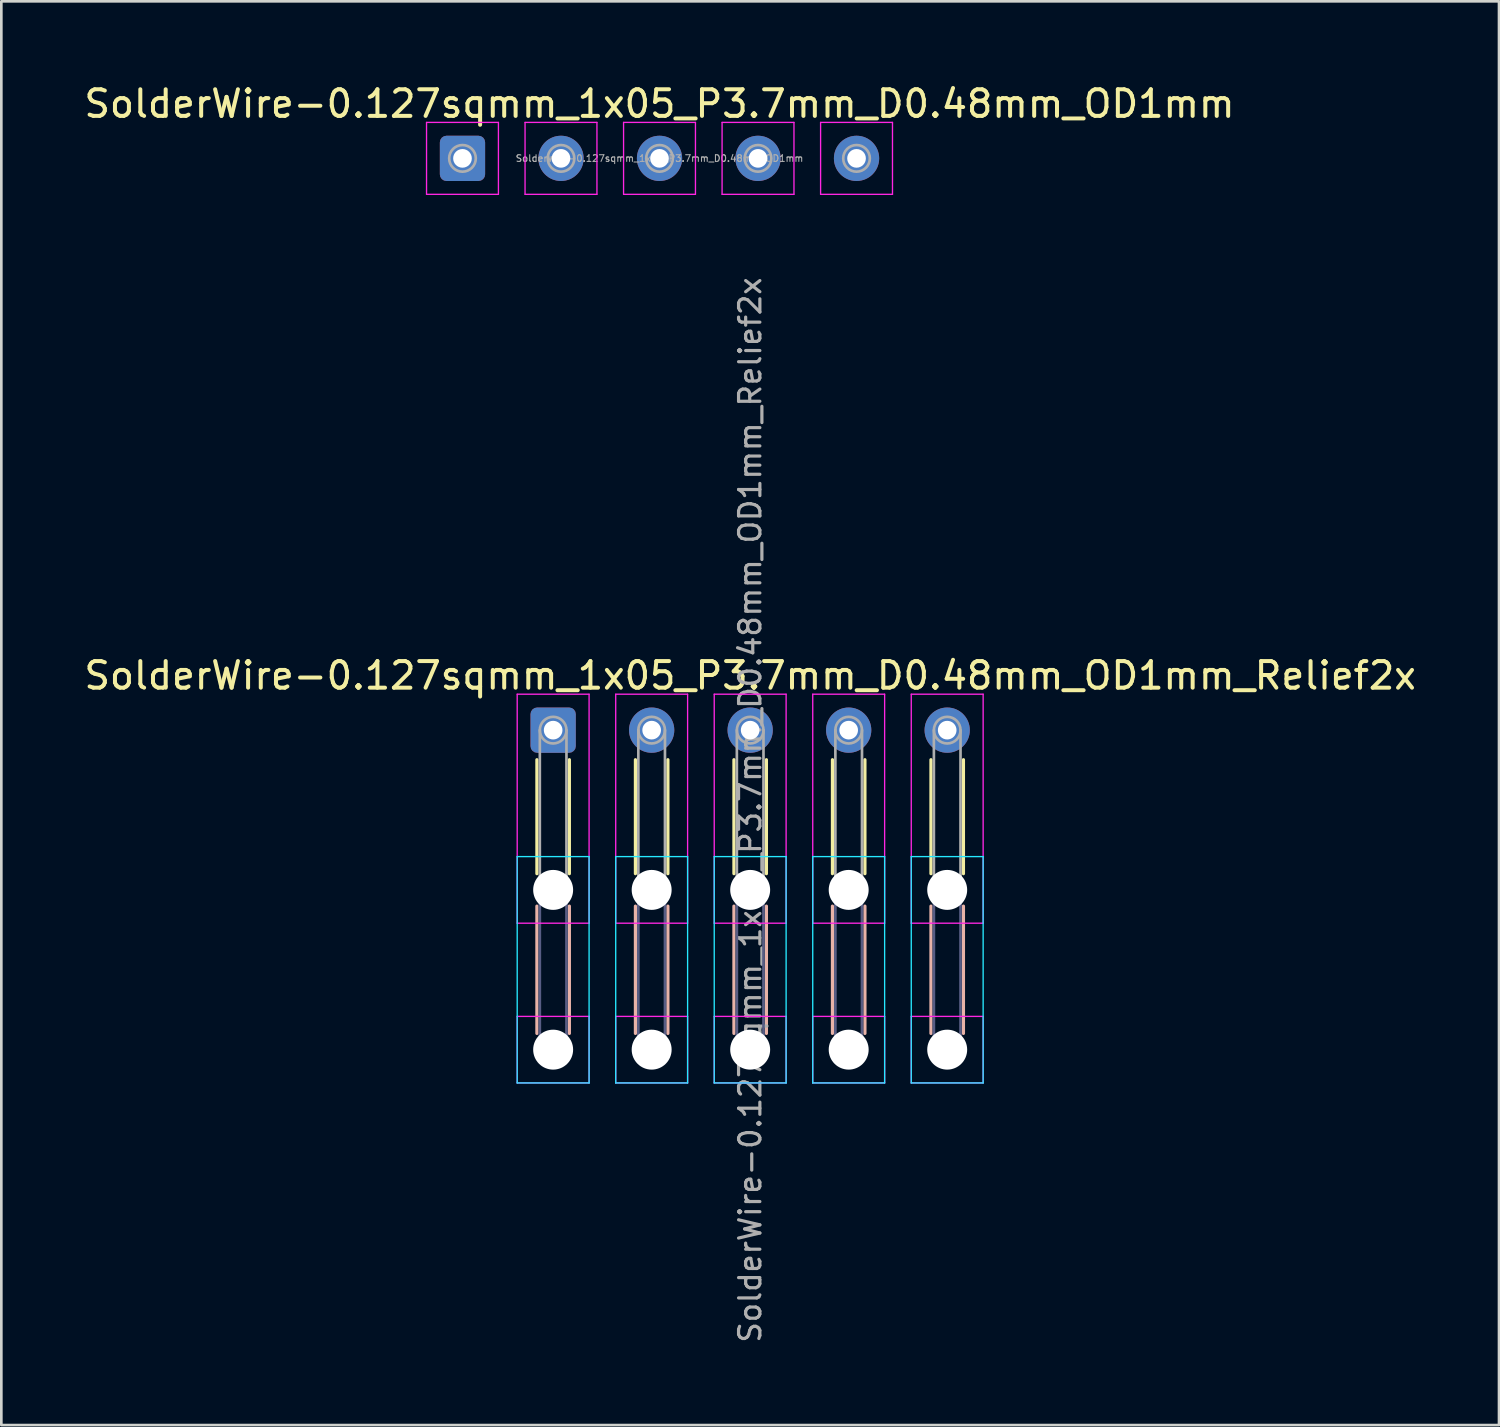
<source format=kicad_pcb>
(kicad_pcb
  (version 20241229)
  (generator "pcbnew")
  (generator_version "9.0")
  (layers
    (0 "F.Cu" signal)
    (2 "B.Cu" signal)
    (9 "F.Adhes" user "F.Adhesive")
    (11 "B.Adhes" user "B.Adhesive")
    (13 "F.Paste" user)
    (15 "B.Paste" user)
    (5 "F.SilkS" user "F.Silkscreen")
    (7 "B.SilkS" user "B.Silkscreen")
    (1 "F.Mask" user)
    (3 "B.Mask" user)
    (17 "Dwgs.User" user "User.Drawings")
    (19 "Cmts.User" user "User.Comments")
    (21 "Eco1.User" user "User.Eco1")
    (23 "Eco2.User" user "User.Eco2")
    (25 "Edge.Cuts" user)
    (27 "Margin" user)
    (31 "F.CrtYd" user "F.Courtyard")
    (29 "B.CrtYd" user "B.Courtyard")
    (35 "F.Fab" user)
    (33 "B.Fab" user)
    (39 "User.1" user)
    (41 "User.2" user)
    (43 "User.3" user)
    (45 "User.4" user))
  (footprint "SolderWire-0.127sqmm_1x05_P3.7mm_D0.48mm_OD1mm"
    (layer "F.Cu")
    (at 14.32 2.898)
    (property "Reference" "SolderWire-0.127sqmm_1x05_P3.7mm_D0.48mm_OD1mm" (at 7.4 -2.05 0) (layer "F.SilkS") (effects (font (size 1 1) (thickness 0.15))))
    (attr exclude_from_pos_files exclude_from_bom)
    (fp_line (start -1.35 -1.35) (end -1.35 1.35) (stroke (width 0.05) (type solid)) (layer "F.CrtYd"))
    (fp_line (start -1.35 1.35) (end 1.35 1.35) (stroke (width 0.05) (type solid)) (layer "F.CrtYd"))
    (fp_line (start 1.35 -1.35) (end -1.35 -1.35) (stroke (width 0.05) (type solid)) (layer "F.CrtYd"))
    (fp_line (start 1.35 1.35) (end 1.35 -1.35) (stroke (width 0.05) (type solid)) (layer "F.CrtYd"))
    (fp_line (start 2.35 -1.35) (end 2.35 1.35) (stroke (width 0.05) (type solid)) (layer "F.CrtYd"))
    (fp_line (start 2.35 1.35) (end 5.05 1.35) (stroke (width 0.05) (type solid)) (layer "F.CrtYd"))
    (fp_line (start 5.05 -1.35) (end 2.35 -1.35) (stroke (width 0.05) (type solid)) (layer "F.CrtYd"))
    (fp_line (start 5.05 1.35) (end 5.05 -1.35) (stroke (width 0.05) (type solid)) (layer "F.CrtYd"))
    (fp_line (start 6.05 -1.35) (end 6.05 1.35) (stroke (width 0.05) (type solid)) (layer "F.CrtYd"))
    (fp_line (start 6.05 1.35) (end 8.75 1.35) (stroke (width 0.05) (type solid)) (layer "F.CrtYd"))
    (fp_line (start 8.75 -1.35) (end 6.05 -1.35) (stroke (width 0.05) (type solid)) (layer "F.CrtYd"))
    (fp_line (start 8.75 1.35) (end 8.75 -1.35) (stroke (width 0.05) (type solid)) (layer "F.CrtYd"))
    (fp_line (start 9.75 -1.35) (end 9.75 1.35) (stroke (width 0.05) (type solid)) (layer "F.CrtYd"))
    (fp_line (start 9.75 1.35) (end 12.45 1.35) (stroke (width 0.05) (type solid)) (layer "F.CrtYd"))
    (fp_line (start 12.45 -1.35) (end 9.75 -1.35) (stroke (width 0.05) (type solid)) (layer "F.CrtYd"))
    (fp_line (start 12.45 1.35) (end 12.45 -1.35) (stroke (width 0.05) (type solid)) (layer "F.CrtYd"))
    (fp_line (start 13.45 -1.35) (end 13.45 1.35) (stroke (width 0.05) (type solid)) (layer "F.CrtYd"))
    (fp_line (start 13.45 1.35) (end 16.15 1.35) (stroke (width 0.05) (type solid)) (layer "F.CrtYd"))
    (fp_line (start 16.15 -1.35) (end 13.45 -1.35) (stroke (width 0.05) (type solid)) (layer "F.CrtYd"))
    (fp_line (start 16.15 1.35) (end 16.15 -1.35) (stroke (width 0.05) (type solid)) (layer "F.CrtYd"))
    (fp_circle (center 0 0) (end 0.5 0) (stroke (width 0.1) (type solid)) (fill no) (layer "F.Fab"))
    (fp_circle (center 3.7 0) (end 4.2 0) (stroke (width 0.1) (type solid)) (fill no) (layer "F.Fab"))
    (fp_circle (center 7.4 0) (end 7.9 0) (stroke (width 0.1) (type solid)) (fill no) (layer "F.Fab"))
    (fp_circle (center 11.1 0) (end 11.6 0) (stroke (width 0.1) (type solid)) (fill no) (layer "F.Fab"))
    (fp_circle (center 14.8 0) (end 15.3 0) (stroke (width 0.1) (type solid)) (fill no) (layer "F.Fab"))
    (fp_text user "${REFERENCE}" (at 7.4 0 0) (layer "F.Fab") (effects (font (size 0.25 0.25) (thickness 0.04))))
    (pad "1" thru_hole roundrect (at 0 0) (size 1.7 1.7) (drill 0.7) (layers "*.Cu" "*.Mask") (roundrect_rratio 0.147))
    (pad "2" thru_hole circle (at 3.7 0) (size 1.7 1.7) (drill 0.7) (layers "*.Cu" "*.Mask"))
    (pad "3" thru_hole circle (at 7.4 0) (size 1.7 1.7) (drill 0.7) (layers "*.Cu" "*.Mask"))
    (pad "4" thru_hole circle (at 11.1 0) (size 1.7 1.7) (drill 0.7) (layers "*.Cu" "*.Mask"))
    (pad "5" thru_hole circle (at 14.8 0) (size 1.7 1.7) (drill 0.7) (layers "*.Cu" "*.Mask")))
  (footprint "SolderWire-0.127sqmm_1x05_P3.7mm_D0.48mm_OD1mm_Relief2x"
    (layer "F.Cu")
    (at 17.725 24.373)
    (property "Reference" "SolderWire-0.127sqmm_1x05_P3.7mm_D0.48mm_OD1mm_Relief2x" (at 7.4 -2.05 0) (layer "F.SilkS") (effects (font (size 1 1) (thickness 0.15))))
    (attr exclude_from_pos_files exclude_from_bom)
    (fp_line (start -0.61 1.11) (end -0.61 5.39) (stroke (width 0.12) (type solid)) (layer "F.SilkS"))
    (fp_line (start 0.61 1.11) (end 0.61 5.39) (stroke (width 0.12) (type solid)) (layer "F.SilkS"))
    (fp_line (start 3.09 1.11) (end 3.09 5.39) (stroke (width 0.12) (type solid)) (layer "F.SilkS"))
    (fp_line (start 4.31 1.11) (end 4.31 5.39) (stroke (width 0.12) (type solid)) (layer "F.SilkS"))
    (fp_line (start 6.79 1.11) (end 6.79 5.39) (stroke (width 0.12) (type solid)) (layer "F.SilkS"))
    (fp_line (start 8.01 1.11) (end 8.01 5.39) (stroke (width 0.12) (type solid)) (layer "F.SilkS"))
    (fp_line (start 10.49 1.11) (end 10.49 5.39) (stroke (width 0.12) (type solid)) (layer "F.SilkS"))
    (fp_line (start 11.71 1.11) (end 11.71 5.39) (stroke (width 0.12) (type solid)) (layer "F.SilkS"))
    (fp_line (start 14.19 1.11) (end 14.19 5.39) (stroke (width 0.12) (type solid)) (layer "F.SilkS"))
    (fp_line (start 15.41 1.11) (end 15.41 5.39) (stroke (width 0.12) (type solid)) (layer "F.SilkS"))
    (fp_line (start -0.61 6.61) (end -0.61 11.39) (stroke (width 0.12) (type solid)) (layer "B.SilkS"))
    (fp_line (start 0.61 6.61) (end 0.61 11.39) (stroke (width 0.12) (type solid)) (layer "B.SilkS"))
    (fp_line (start 3.09 6.61) (end 3.09 11.39) (stroke (width 0.12) (type solid)) (layer "B.SilkS"))
    (fp_line (start 4.31 6.61) (end 4.31 11.39) (stroke (width 0.12) (type solid)) (layer "B.SilkS"))
    (fp_line (start 6.79 6.61) (end 6.79 11.39) (stroke (width 0.12) (type solid)) (layer "B.SilkS"))
    (fp_line (start 8.01 6.61) (end 8.01 11.39) (stroke (width 0.12) (type solid)) (layer "B.SilkS"))
    (fp_line (start 10.49 6.61) (end 10.49 11.39) (stroke (width 0.12) (type solid)) (layer "B.SilkS"))
    (fp_line (start 11.71 6.61) (end 11.71 11.39) (stroke (width 0.12) (type solid)) (layer "B.SilkS"))
    (fp_line (start 14.19 6.61) (end 14.19 11.39) (stroke (width 0.12) (type solid)) (layer "B.SilkS"))
    (fp_line (start 15.41 6.61) (end 15.41 11.39) (stroke (width 0.12) (type solid)) (layer "B.SilkS"))
    (fp_line (start -1.35 4.75) (end -1.35 13.25) (stroke (width 0.05) (type solid)) (layer "B.CrtYd"))
    (fp_line (start -1.35 13.25) (end 1.35 13.25) (stroke (width 0.05) (type solid)) (layer "B.CrtYd"))
    (fp_line (start 1.35 4.75) (end -1.35 4.75) (stroke (width 0.05) (type solid)) (layer "B.CrtYd"))
    (fp_line (start 1.35 13.25) (end 1.35 4.75) (stroke (width 0.05) (type solid)) (layer "B.CrtYd"))
    (fp_line (start 2.35 4.75) (end 2.35 13.25) (stroke (width 0.05) (type solid)) (layer "B.CrtYd"))
    (fp_line (start 2.35 13.25) (end 5.05 13.25) (stroke (width 0.05) (type solid)) (layer "B.CrtYd"))
    (fp_line (start 5.05 4.75) (end 2.35 4.75) (stroke (width 0.05) (type solid)) (layer "B.CrtYd"))
    (fp_line (start 5.05 13.25) (end 5.05 4.75) (stroke (width 0.05) (type solid)) (layer "B.CrtYd"))
    (fp_line (start 6.05 4.75) (end 6.05 13.25) (stroke (width 0.05) (type solid)) (layer "B.CrtYd"))
    (fp_line (start 6.05 13.25) (end 8.75 13.25) (stroke (width 0.05) (type solid)) (layer "B.CrtYd"))
    (fp_line (start 8.75 4.75) (end 6.05 4.75) (stroke (width 0.05) (type solid)) (layer "B.CrtYd"))
    (fp_line (start 8.75 13.25) (end 8.75 4.75) (stroke (width 0.05) (type solid)) (layer "B.CrtYd"))
    (fp_line (start 9.75 4.75) (end 9.75 13.25) (stroke (width 0.05) (type solid)) (layer "B.CrtYd"))
    (fp_line (start 9.75 13.25) (end 12.45 13.25) (stroke (width 0.05) (type solid)) (layer "B.CrtYd"))
    (fp_line (start 12.45 4.75) (end 9.75 4.75) (stroke (width 0.05) (type solid)) (layer "B.CrtYd"))
    (fp_line (start 12.45 13.25) (end 12.45 4.75) (stroke (width 0.05) (type solid)) (layer "B.CrtYd"))
    (fp_line (start 13.45 4.75) (end 13.45 13.25) (stroke (width 0.05) (type solid)) (layer "B.CrtYd"))
    (fp_line (start 13.45 13.25) (end 16.15 13.25) (stroke (width 0.05) (type solid)) (layer "B.CrtYd"))
    (fp_line (start 16.15 4.75) (end 13.45 4.75) (stroke (width 0.05) (type solid)) (layer "B.CrtYd"))
    (fp_line (start 16.15 13.25) (end 16.15 4.75) (stroke (width 0.05) (type solid)) (layer "B.CrtYd"))
    (fp_line (start -1.35 -1.35) (end -1.35 7.25) (stroke (width 0.05) (type solid)) (layer "F.CrtYd"))
    (fp_line (start -1.35 7.25) (end 1.35 7.25) (stroke (width 0.05) (type solid)) (layer "F.CrtYd"))
    (fp_line (start -1.35 10.75) (end -1.35 13.25) (stroke (width 0.05) (type solid)) (layer "F.CrtYd"))
    (fp_line (start -1.35 13.25) (end 1.35 13.25) (stroke (width 0.05) (type solid)) (layer "F.CrtYd"))
    (fp_line (start 1.35 -1.35) (end -1.35 -1.35) (stroke (width 0.05) (type solid)) (layer "F.CrtYd"))
    (fp_line (start 1.35 7.25) (end 1.35 -1.35) (stroke (width 0.05) (type solid)) (layer "F.CrtYd"))
    (fp_line (start 1.35 10.75) (end -1.35 10.75) (stroke (width 0.05) (type solid)) (layer "F.CrtYd"))
    (fp_line (start 1.35 13.25) (end 1.35 10.75) (stroke (width 0.05) (type solid)) (layer "F.CrtYd"))
    (fp_line (start 2.35 -1.35) (end 2.35 7.25) (stroke (width 0.05) (type solid)) (layer "F.CrtYd"))
    (fp_line (start 2.35 7.25) (end 5.05 7.25) (stroke (width 0.05) (type solid)) (layer "F.CrtYd"))
    (fp_line (start 2.35 10.75) (end 2.35 13.25) (stroke (width 0.05) (type solid)) (layer "F.CrtYd"))
    (fp_line (start 2.35 13.25) (end 5.05 13.25) (stroke (width 0.05) (type solid)) (layer "F.CrtYd"))
    (fp_line (start 5.05 -1.35) (end 2.35 -1.35) (stroke (width 0.05) (type solid)) (layer "F.CrtYd"))
    (fp_line (start 5.05 7.25) (end 5.05 -1.35) (stroke (width 0.05) (type solid)) (layer "F.CrtYd"))
    (fp_line (start 5.05 10.75) (end 2.35 10.75) (stroke (width 0.05) (type solid)) (layer "F.CrtYd"))
    (fp_line (start 5.05 13.25) (end 5.05 10.75) (stroke (width 0.05) (type solid)) (layer "F.CrtYd"))
    (fp_line (start 6.05 -1.35) (end 6.05 7.25) (stroke (width 0.05) (type solid)) (layer "F.CrtYd"))
    (fp_line (start 6.05 7.25) (end 8.75 7.25) (stroke (width 0.05) (type solid)) (layer "F.CrtYd"))
    (fp_line (start 6.05 10.75) (end 6.05 13.25) (stroke (width 0.05) (type solid)) (layer "F.CrtYd"))
    (fp_line (start 6.05 13.25) (end 8.75 13.25) (stroke (width 0.05) (type solid)) (layer "F.CrtYd"))
    (fp_line (start 8.75 -1.35) (end 6.05 -1.35) (stroke (width 0.05) (type solid)) (layer "F.CrtYd"))
    (fp_line (start 8.75 7.25) (end 8.75 -1.35) (stroke (width 0.05) (type solid)) (layer "F.CrtYd"))
    (fp_line (start 8.75 10.75) (end 6.05 10.75) (stroke (width 0.05) (type solid)) (layer "F.CrtYd"))
    (fp_line (start 8.75 13.25) (end 8.75 10.75) (stroke (width 0.05) (type solid)) (layer "F.CrtYd"))
    (fp_line (start 9.75 -1.35) (end 9.75 7.25) (stroke (width 0.05) (type solid)) (layer "F.CrtYd"))
    (fp_line (start 9.75 7.25) (end 12.45 7.25) (stroke (width 0.05) (type solid)) (layer "F.CrtYd"))
    (fp_line (start 9.75 10.75) (end 9.75 13.25) (stroke (width 0.05) (type solid)) (layer "F.CrtYd"))
    (fp_line (start 9.75 13.25) (end 12.45 13.25) (stroke (width 0.05) (type solid)) (layer "F.CrtYd"))
    (fp_line (start 12.45 -1.35) (end 9.75 -1.35) (stroke (width 0.05) (type solid)) (layer "F.CrtYd"))
    (fp_line (start 12.45 7.25) (end 12.45 -1.35) (stroke (width 0.05) (type solid)) (layer "F.CrtYd"))
    (fp_line (start 12.45 10.75) (end 9.75 10.75) (stroke (width 0.05) (type solid)) (layer "F.CrtYd"))
    (fp_line (start 12.45 13.25) (end 12.45 10.75) (stroke (width 0.05) (type solid)) (layer "F.CrtYd"))
    (fp_line (start 13.45 -1.35) (end 13.45 7.25) (stroke (width 0.05) (type solid)) (layer "F.CrtYd"))
    (fp_line (start 13.45 7.25) (end 16.15 7.25) (stroke (width 0.05) (type solid)) (layer "F.CrtYd"))
    (fp_line (start 13.45 10.75) (end 13.45 13.25) (stroke (width 0.05) (type solid)) (layer "F.CrtYd"))
    (fp_line (start 13.45 13.25) (end 16.15 13.25) (stroke (width 0.05) (type solid)) (layer "F.CrtYd"))
    (fp_line (start 16.15 -1.35) (end 13.45 -1.35) (stroke (width 0.05) (type solid)) (layer "F.CrtYd"))
    (fp_line (start 16.15 7.25) (end 16.15 -1.35) (stroke (width 0.05) (type solid)) (layer "F.CrtYd"))
    (fp_line (start 16.15 10.75) (end 13.45 10.75) (stroke (width 0.05) (type solid)) (layer "F.CrtYd"))
    (fp_line (start 16.15 13.25) (end 16.15 10.75) (stroke (width 0.05) (type solid)) (layer "F.CrtYd"))
    (fp_line (start -0.5 6) (end -0.5 12) (stroke (width 0.1) (type solid)) (layer "B.Fab"))
    (fp_line (start 0.5 6) (end 0.5 12) (stroke (width 0.1) (type solid)) (layer "B.Fab"))
    (fp_line (start 3.2 6) (end 3.2 12) (stroke (width 0.1) (type solid)) (layer "B.Fab"))
    (fp_line (start 4.2 6) (end 4.2 12) (stroke (width 0.1) (type solid)) (layer "B.Fab"))
    (fp_line (start 6.9 6) (end 6.9 12) (stroke (width 0.1) (type solid)) (layer "B.Fab"))
    (fp_line (start 7.9 6) (end 7.9 12) (stroke (width 0.1) (type solid)) (layer "B.Fab"))
    (fp_line (start 10.6 6) (end 10.6 12) (stroke (width 0.1) (type solid)) (layer "B.Fab"))
    (fp_line (start 11.6 6) (end 11.6 12) (stroke (width 0.1) (type solid)) (layer "B.Fab"))
    (fp_line (start 14.3 6) (end 14.3 12) (stroke (width 0.1) (type solid)) (layer "B.Fab"))
    (fp_line (start 15.3 6) (end 15.3 12) (stroke (width 0.1) (type solid)) (layer "B.Fab"))
    (fp_circle (center 0 6) (end 0.5 6) (stroke (width 0.1) (type solid)) (fill no) (layer "B.Fab"))
    (fp_circle (center 0 12) (end 0.5 12) (stroke (width 0.1) (type solid)) (fill no) (layer "B.Fab"))
    (fp_circle (center 3.7 6) (end 4.2 6) (stroke (width 0.1) (type solid)) (fill no) (layer "B.Fab"))
    (fp_circle (center 3.7 12) (end 4.2 12) (stroke (width 0.1) (type solid)) (fill no) (layer "B.Fab"))
    (fp_circle (center 7.4 6) (end 7.9 6) (stroke (width 0.1) (type solid)) (fill no) (layer "B.Fab"))
    (fp_circle (center 7.4 12) (end 7.9 12) (stroke (width 0.1) (type solid)) (fill no) (layer "B.Fab"))
    (fp_circle (center 11.1 6) (end 11.6 6) (stroke (width 0.1) (type solid)) (fill no) (layer "B.Fab"))
    (fp_circle (center 11.1 12) (end 11.6 12) (stroke (width 0.1) (type solid)) (fill no) (layer "B.Fab"))
    (fp_circle (center 14.8 6) (end 15.3 6) (stroke (width 0.1) (type solid)) (fill no) (layer "B.Fab"))
    (fp_circle (center 14.8 12) (end 15.3 12) (stroke (width 0.1) (type solid)) (fill no) (layer "B.Fab"))
    (fp_line (start -0.5 0) (end -0.5 6) (stroke (width 0.1) (type solid)) (layer "F.Fab"))
    (fp_line (start 0.5 0) (end 0.5 6) (stroke (width 0.1) (type solid)) (layer "F.Fab"))
    (fp_line (start 3.2 0) (end 3.2 6) (stroke (width 0.1) (type solid)) (layer "F.Fab"))
    (fp_line (start 4.2 0) (end 4.2 6) (stroke (width 0.1) (type solid)) (layer "F.Fab"))
    (fp_line (start 6.9 0) (end 6.9 6) (stroke (width 0.1) (type solid)) (layer "F.Fab"))
    (fp_line (start 7.9 0) (end 7.9 6) (stroke (width 0.1) (type solid)) (layer "F.Fab"))
    (fp_line (start 10.6 0) (end 10.6 6) (stroke (width 0.1) (type solid)) (layer "F.Fab"))
    (fp_line (start 11.6 0) (end 11.6 6) (stroke (width 0.1) (type solid)) (layer "F.Fab"))
    (fp_line (start 14.3 0) (end 14.3 6) (stroke (width 0.1) (type solid)) (layer "F.Fab"))
    (fp_line (start 15.3 0) (end 15.3 6) (stroke (width 0.1) (type solid)) (layer "F.Fab"))
    (fp_circle (center 0 0) (end 0.5 0) (stroke (width 0.1) (type solid)) (fill no) (layer "F.Fab"))
    (fp_circle (center 0 6) (end 0.5 6) (stroke (width 0.1) (type solid)) (fill no) (layer "F.Fab"))
    (fp_circle (center 0 12) (end 0.5 12) (stroke (width 0.1) (type solid)) (fill no) (layer "F.Fab"))
    (fp_circle (center 3.7 0) (end 4.2 0) (stroke (width 0.1) (type solid)) (fill no) (layer "F.Fab"))
    (fp_circle (center 3.7 6) (end 4.2 6) (stroke (width 0.1) (type solid)) (fill no) (layer "F.Fab"))
    (fp_circle (center 3.7 12) (end 4.2 12) (stroke (width 0.1) (type solid)) (fill no) (layer "F.Fab"))
    (fp_circle (center 7.4 0) (end 7.9 0) (stroke (width 0.1) (type solid)) (fill no) (layer "F.Fab"))
    (fp_circle (center 7.4 6) (end 7.9 6) (stroke (width 0.1) (type solid)) (fill no) (layer "F.Fab"))
    (fp_circle (center 7.4 12) (end 7.9 12) (stroke (width 0.1) (type solid)) (fill no) (layer "F.Fab"))
    (fp_circle (center 11.1 0) (end 11.6 0) (stroke (width 0.1) (type solid)) (fill no) (layer "F.Fab"))
    (fp_circle (center 11.1 6) (end 11.6 6) (stroke (width 0.1) (type solid)) (fill no) (layer "F.Fab"))
    (fp_circle (center 11.1 12) (end 11.6 12) (stroke (width 0.1) (type solid)) (fill no) (layer "F.Fab"))
    (fp_circle (center 14.8 0) (end 15.3 0) (stroke (width 0.1) (type solid)) (fill no) (layer "F.Fab"))
    (fp_circle (center 14.8 6) (end 15.3 6) (stroke (width 0.1) (type solid)) (fill no) (layer "F.Fab"))
    (fp_circle (center 14.8 12) (end 15.3 12) (stroke (width 0.1) (type solid)) (fill no) (layer "F.Fab"))
    (fp_text user "${REFERENCE}" (at 7.4 3 90) (layer "F.Fab") (effects (font (size 0.8 0.8) (thickness 0.12))))
    (pad "" np_thru_hole circle (at 0 6) (size 1.5 1.5) (drill 1.5) (layers "*.Cu" "*.Mask"))
    (pad "" np_thru_hole circle (at 0 12) (size 1.5 1.5) (drill 1.5) (layers "*.Cu" "*.Mask"))
    (pad "" np_thru_hole circle (at 3.7 6) (size 1.5 1.5) (drill 1.5) (layers "*.Cu" "*.Mask"))
    (pad "" np_thru_hole circle (at 3.7 12) (size 1.5 1.5) (drill 1.5) (layers "*.Cu" "*.Mask"))
    (pad "" np_thru_hole circle (at 7.4 6) (size 1.5 1.5) (drill 1.5) (layers "*.Cu" "*.Mask"))
    (pad "" np_thru_hole circle (at 7.4 12) (size 1.5 1.5) (drill 1.5) (layers "*.Cu" "*.Mask"))
    (pad "" np_thru_hole circle (at 11.1 6) (size 1.5 1.5) (drill 1.5) (layers "*.Cu" "*.Mask"))
    (pad "" np_thru_hole circle (at 11.1 12) (size 1.5 1.5) (drill 1.5) (layers "*.Cu" "*.Mask"))
    (pad "" np_thru_hole circle (at 14.8 6) (size 1.5 1.5) (drill 1.5) (layers "*.Cu" "*.Mask"))
    (pad "" np_thru_hole circle (at 14.8 12) (size 1.5 1.5) (drill 1.5) (layers "*.Cu" "*.Mask"))
    (pad "1" thru_hole roundrect (at 0 0) (size 1.7 1.7) (drill 0.7) (layers "*.Cu" "*.Mask") (roundrect_rratio 0.147))
    (pad "2" thru_hole circle (at 3.7 0) (size 1.7 1.7) (drill 0.7) (layers "*.Cu" "*.Mask"))
    (pad "3" thru_hole circle (at 7.4 0) (size 1.7 1.7) (drill 0.7) (layers "*.Cu" "*.Mask"))
    (pad "4" thru_hole circle (at 11.1 0) (size 1.7 1.7) (drill 0.7) (layers "*.Cu" "*.Mask"))
    (pad "5" thru_hole circle (at 14.8 0) (size 1.7 1.7) (drill 0.7) (layers "*.Cu" "*.Mask")))
  (gr_rect
    (start -3 -3)
    (end 53.25 50.473)
    (stroke (width 0.1) (type default))
    (fill no)
    (layer "Edge.Cuts")))
</source>
